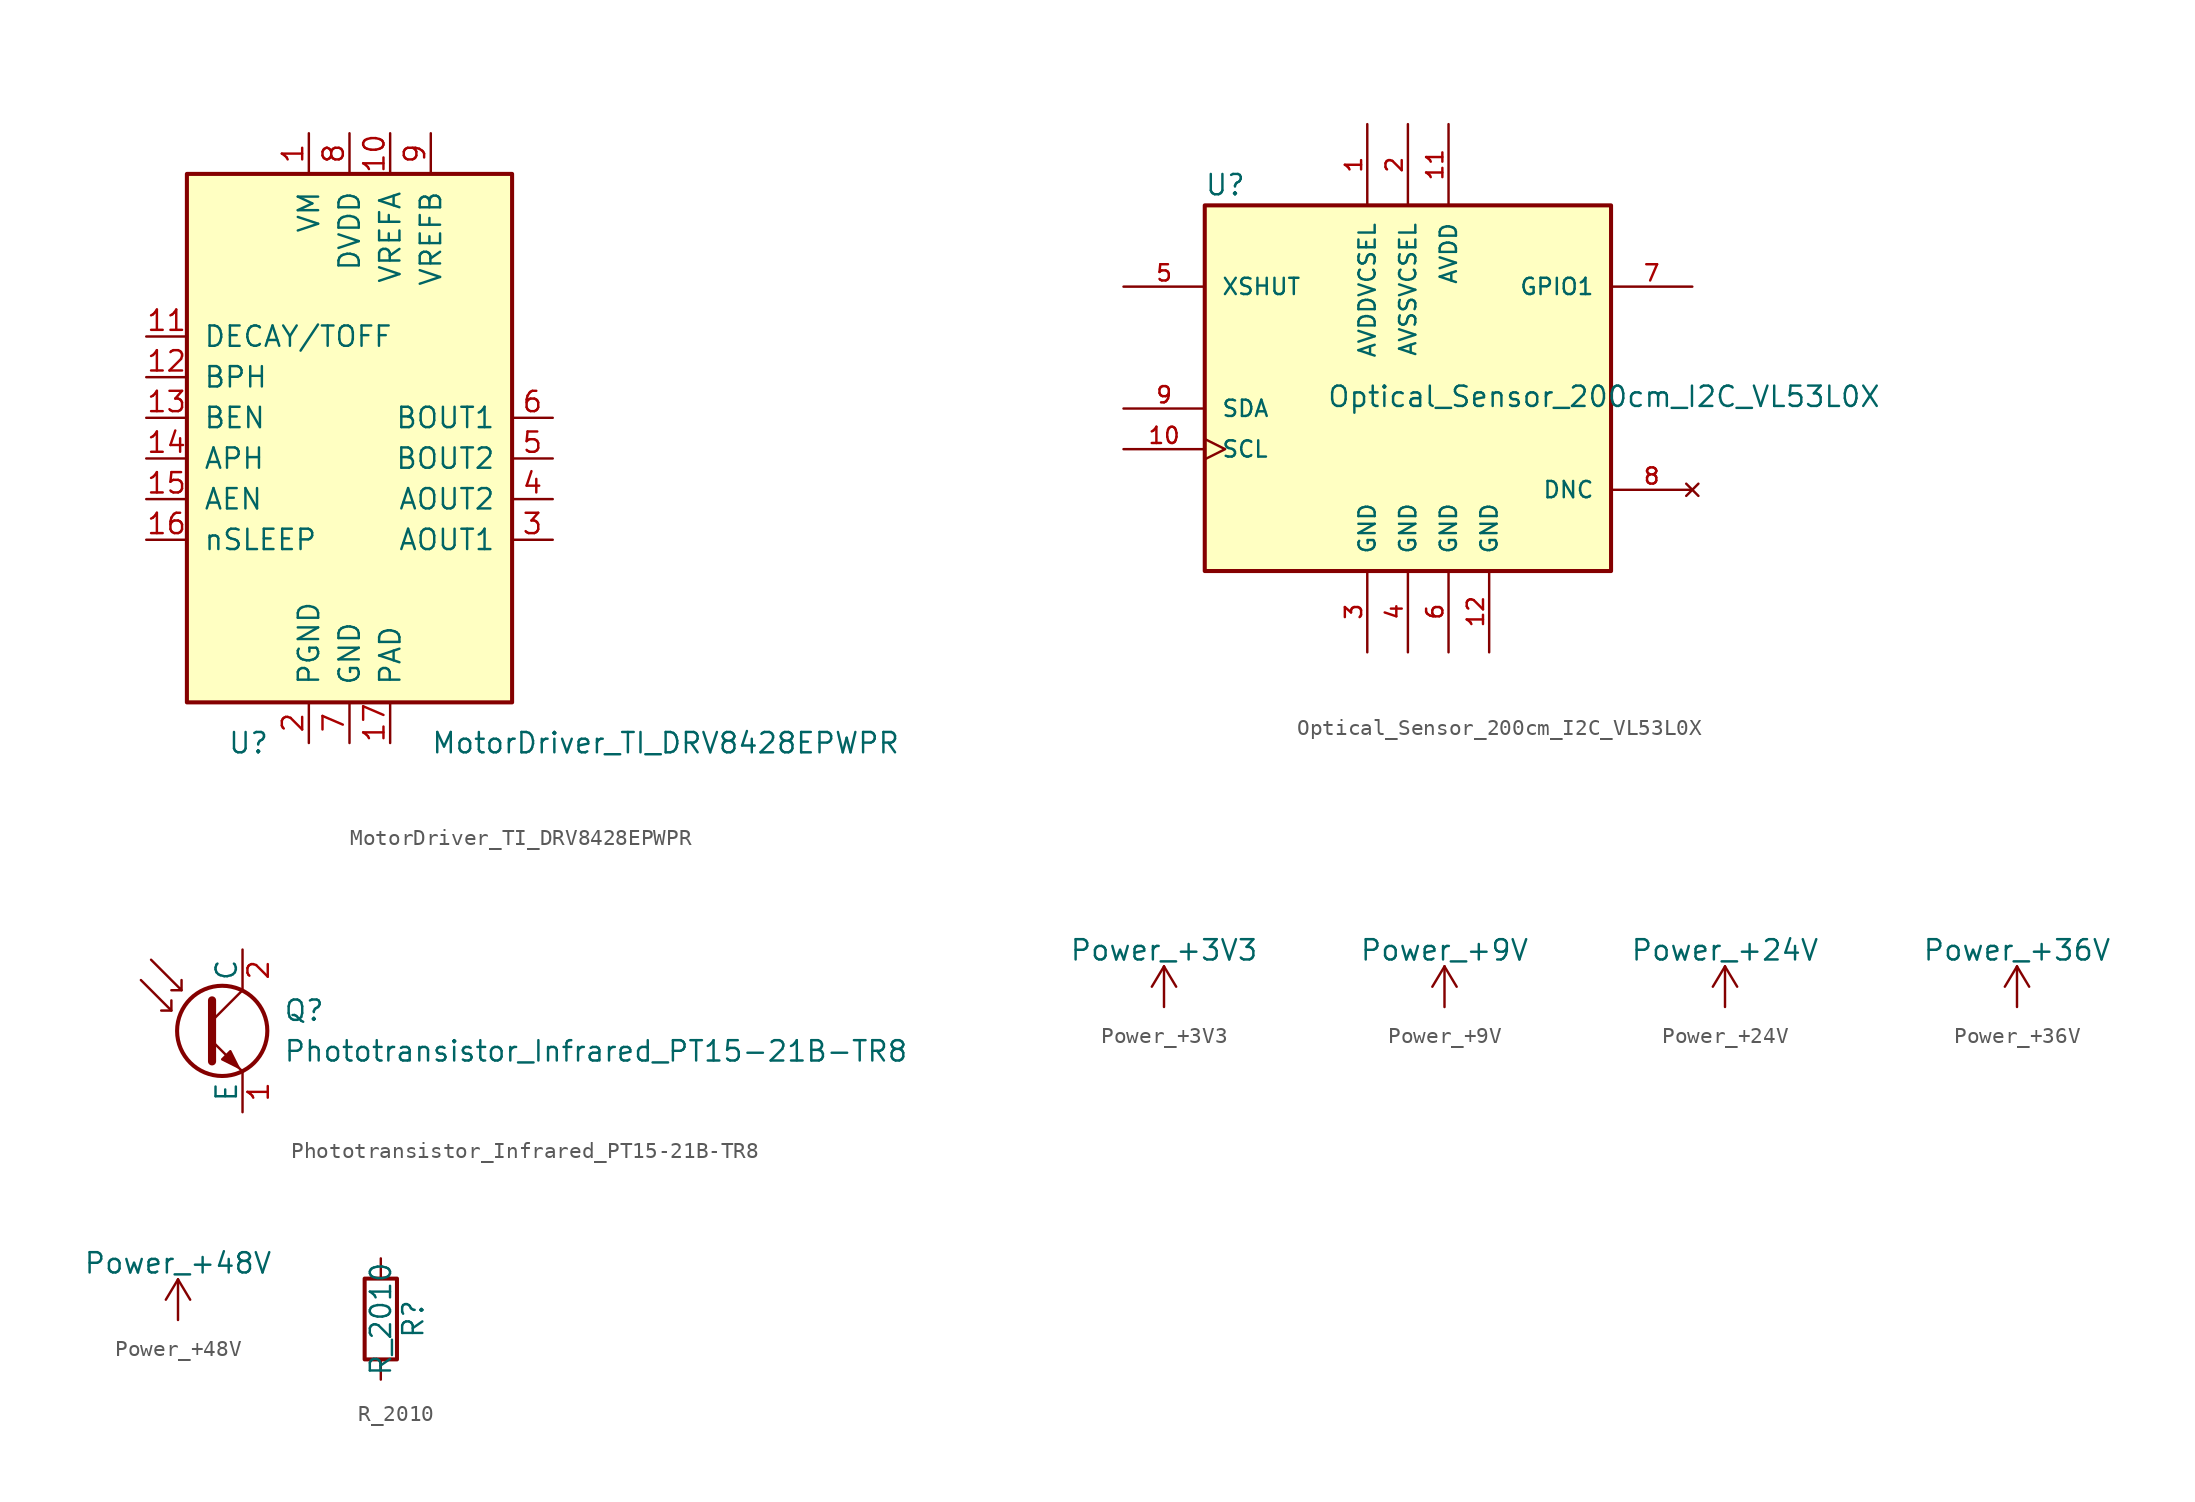
<source format=kicad_sym>
(kicad_symbol_lib
  (version 20220914)
  (generator kicad_symbol_editor)
  (symbol "MotorDriver_TI_DRV8428EPWPR"
    (pin_names
      (offset 1.016))
    (property "Reference" "U"
      (at -7.62 -17.78 0)
      (effects (font (size 1.27 1.27)) (justify left)))
    (property "Value" "MotorDriver_TI_DRV8428EPWPR"
      (at 5.08 -17.78 0)
      (effects (font (size 1.27 1.27)) (justify left)))
    (symbol "MotorDriver_TI_DRV8428EPWPR_0_1"
      (rectangle (start -10.16 17.78) (end 10.16 -15.24) (stroke (width 0.254) (type solid)) (fill (type background))))
    (symbol "MotorDriver_TI_DRV8428EPWPR_1_1"
      (pin power_in line (at -2.54 20.32 270) (length 2.54) (name "VM" (effects (font (size 1.27 1.27)))) (number "1" (effects (font (size 1.27 1.27)))))
      (pin power_in line (at 2.54 20.32 270) (length 2.54) (name "VREFA" (effects (font (size 1.27 1.27)))) (number "10" (effects (font (size 1.27 1.27)))))
      (pin input line (at -12.7 7.62 0) (length 2.54) (name "DECAY/TOFF" (effects (font (size 1.27 1.27)))) (number "11" (effects (font (size 1.27 1.27)))))
      (pin input line (at -12.7 5.08 0) (length 2.54) (name "BPH" (effects (font (size 1.27 1.27)))) (number "12" (effects (font (size 1.27 1.27)))))
      (pin input line (at -12.7 2.54 0) (length 2.54) (name "BEN" (effects (font (size 1.27 1.27)))) (number "13" (effects (font (size 1.27 1.27)))))
      (pin input line (at -12.7 0 0) (length 2.54) (name "APH" (effects (font (size 1.27 1.27)))) (number "14" (effects (font (size 1.27 1.27)))))
      (pin input line (at -12.7 -2.54 0) (length 2.54) (name "AEN" (effects (font (size 1.27 1.27)))) (number "15" (effects (font (size 1.27 1.27)))))
      (pin input line (at -12.7 -5.08 0) (length 2.54) (name "nSLEEP" (effects (font (size 1.27 1.27)))) (number "16" (effects (font (size 1.27 1.27)))))
      (pin power_in line (at 2.54 -17.78 90) (length 2.54) (name "PAD" (effects (font (size 1.27 1.27)))) (number "17" (effects (font (size 1.27 1.27)))))
      (pin power_in line (at -2.54 -17.78 90) (length 2.54) (name "PGND" (effects (font (size 1.27 1.27)))) (number "2" (effects (font (size 1.27 1.27)))))
      (pin output line (at 12.7 -5.08 180) (length 2.54) (name "AOUT1" (effects (font (size 1.27 1.27)))) (number "3" (effects (font (size 1.27 1.27)))))
      (pin output line (at 12.7 -2.54 180) (length 2.54) (name "AOUT2" (effects (font (size 1.27 1.27)))) (number "4" (effects (font (size 1.27 1.27)))))
      (pin output line (at 12.7 0 180) (length 2.54) (name "BOUT2" (effects (font (size 1.27 1.27)))) (number "5" (effects (font (size 1.27 1.27)))))
      (pin output line (at 12.7 2.54 180) (length 2.54) (name "BOUT1" (effects (font (size 1.27 1.27)))) (number "6" (effects (font (size 1.27 1.27)))))
      (pin power_in line (at 0 -17.78 90) (length 2.54) (name "GND" (effects (font (size 1.27 1.27)))) (number "7" (effects (font (size 1.27 1.27)))))
      (pin power_in line (at 0 20.32 270) (length 2.54) (name "DVDD" (effects (font (size 1.27 1.27)))) (number "8" (effects (font (size 1.27 1.27)))))
      (pin power_in line (at 5.08 20.32 270) (length 2.54) (name "VREFB" (effects (font (size 1.27 1.27)))) (number "9" (effects (font (size 1.27 1.27)))))))
  (symbol "Optical_Sensor_200cm_I2C_VL53L0X"
    (pin_names
      (offset 1.016))
    (property "Reference" "U"
      (at -12.725 13.233 0)
      (effects (font (size 1.27 1.27)) (justify left bottom)))
    (property "Value" "Optical_Sensor_200cm_I2C_VL53L0X"
      (at -5.08 0 0)
      (effects (font (size 1.27 1.27)) (justify left bottom)))
    (symbol "Optical_Sensor_200cm_I2C_VL53L0X_0_0"
      (rectangle (start -12.7 12.7) (end 12.7 -10.16) (stroke (width 0.254) (type solid)) (fill (type background)))
      (pin power_in line (at -2.54 17.78 270) (length 5.08) (name "AVDDVCSEL" (effects (font (size 1.016 1.016)))) (number "1" (effects (font (size 1.016 1.016)))))
      (pin input clock (at -17.78 -2.54 0) (length 5.08) (name "SCL" (effects (font (size 1.016 1.016)))) (number "10" (effects (font (size 1.016 1.016)))))
      (pin power_in line (at 2.54 17.78 270) (length 5.08) (name "AVDD" (effects (font (size 1.016 1.016)))) (number "11" (effects (font (size 1.016 1.016)))))
      (pin power_in line (at 5.08 -15.24 90) (length 5.08) (name "GND" (effects (font (size 1.016 1.016)))) (number "12" (effects (font (size 1.016 1.016)))))
      (pin power_in line (at 0 17.78 270) (length 5.08) (name "AVSSVCSEL" (effects (font (size 1.016 1.016)))) (number "2" (effects (font (size 1.016 1.016)))))
      (pin power_in line (at -2.54 -15.24 90) (length 5.08) (name "GND" (effects (font (size 1.016 1.016)))) (number "3" (effects (font (size 1.016 1.016)))))
      (pin power_in line (at 0 -15.24 90) (length 5.08) (name "GND" (effects (font (size 1.016 1.016)))) (number "4" (effects (font (size 1.016 1.016)))))
      (pin input line (at -17.78 7.62 0) (length 5.08) (name "XSHUT" (effects (font (size 1.016 1.016)))) (number "5" (effects (font (size 1.016 1.016)))))
      (pin power_in line (at 2.54 -15.24 90) (length 5.08) (name "GND" (effects (font (size 1.016 1.016)))) (number "6" (effects (font (size 1.016 1.016)))))
      (pin output line (at 17.78 7.62 180) (length 5.08) (name "GPIO1" (effects (font (size 1.016 1.016)))) (number "7" (effects (font (size 1.016 1.016)))))
      (pin no_connect line (at 17.78 -5.08 180) (length 5.08) (name "DNC" (effects (font (size 1.016 1.016)))) (number "8" (effects (font (size 1.016 1.016)))))
      (pin bidirectional line (at -17.78 0 0) (length 5.08) (name "SDA" (effects (font (size 1.016 1.016)))) (number "9" (effects (font (size 1.016 1.016)))))))
  (symbol "Phototransistor_Infrared_PT15-21B-TR8"
    (pin_names
      (offset 0))
    (property "Reference" "Q"
      (at 5.08 1.27 0)
      (effects (font (size 1.27 1.27)) (justify left)))
    (property "Value" "Phototransistor_Infrared_PT15-21B-TR8"
      (at 5.08 -1.27 0)
      (effects (font (size 1.27 1.27)) (justify left)))
    (symbol "Phototransistor_Infrared_PT15-21B-TR8_0_1"
      (polyline (pts (xy -1.905 1.27) (xy -2.54 1.27)) (stroke (width 0) (type solid)) (fill (type none)))
      (polyline (pts (xy -1.27 2.54) (xy -1.905 2.54)) (stroke (width 0) (type solid)) (fill (type none)))
      (polyline (pts (xy 0.635 0.635) (xy 2.54 2.54)) (stroke (width 0) (type solid)) (fill (type none)))
      (polyline (pts (xy -3.81 3.175) (xy -1.905 1.27) (xy -1.905 1.905)) (stroke (width 0) (type solid)) (fill (type none)))
      (polyline (pts (xy -3.175 4.445) (xy -1.27 2.54) (xy -1.27 3.175)) (stroke (width 0) (type solid)) (fill (type none)))
      (polyline (pts (xy 0.635 -0.635) (xy 2.54 -2.54) (xy 2.54 -2.54)) (stroke (width 0) (type solid)) (fill (type none)))
      (polyline (pts (xy 0.635 1.905) (xy 0.635 -1.905) (xy 0.635 -1.905)) (stroke (width 0.508) (type solid)) (fill (type none)))
      (polyline (pts (xy 1.27 -1.778) (xy 1.778 -1.27) (xy 2.286 -2.286) (xy 1.27 -1.778) (xy 1.27 -1.778)) (stroke (width 0) (type solid)) (fill (type outline)))
      (circle (center 1.27 0) (radius 2.819) (stroke (width 0.254) (type solid)) (fill (type none))))
    (symbol "Phototransistor_Infrared_PT15-21B-TR8_1_1"
      (pin passive line (at 2.54 -5.08 90) (length 2.54) (name "E" (effects (font (size 1.27 1.27)))) (number "1" (effects (font (size 1.27 1.27)))))
      (pin passive line (at 2.54 5.08 270) (length 2.54) (name "C" (effects (font (size 1.27 1.27)))) (number "2" (effects (font (size 1.27 1.27)))))))
  (symbol "Power_+3V3"
    (power)
    (pin_names
      (offset 0))
    (property "Reference" "#PWR"
      (at 0 -3.81 0)
      (effects (font (size 1.27 1.27)) hide))
    (property "Value" "Power_+3V3"
      (at 0 3.556 0)
      (effects (font (size 1.27 1.27))))
    (symbol "Power_+3V3_0_1"
      (polyline (pts (xy -0.762 1.27) (xy 0 2.54)) (stroke (width 0) (type solid)) (fill (type none)))
      (polyline (pts (xy 0 0) (xy 0 2.54)) (stroke (width 0) (type solid)) (fill (type none)))
      (polyline (pts (xy 0 2.54) (xy 0.762 1.27)) (stroke (width 0) (type solid)) (fill (type none))))
    (symbol "Power_+3V3_1_1"
      (pin power_in line (at 0 0 90) (length 0) hide (name "+3V3" (effects (font (size 1.27 1.27)))) (number "1" (effects (font (size 1.27 1.27)))))))
  (symbol "Power_+9V"
    (power)
    (pin_names
      (offset 0))
    (property "Reference" "#PWR"
      (at 0 -3.81 0)
      (effects (font (size 1.27 1.27)) hide))
    (property "Value" "Power_+9V"
      (at 0 3.556 0)
      (effects (font (size 1.27 1.27))))
    (symbol "Power_+9V_0_1"
      (polyline (pts (xy -0.762 1.27) (xy 0 2.54)) (stroke (width 0) (type solid)) (fill (type none)))
      (polyline (pts (xy 0 0) (xy 0 2.54)) (stroke (width 0) (type solid)) (fill (type none)))
      (polyline (pts (xy 0 2.54) (xy 0.762 1.27)) (stroke (width 0) (type solid)) (fill (type none))))
    (symbol "Power_+9V_1_1"
      (pin power_in line (at 0 0 90) (length 0) hide (name "+9V" (effects (font (size 1.27 1.27)))) (number "1" (effects (font (size 1.27 1.27)))))))
  (symbol "Power_+24V"
    (power)
    (pin_names
      (offset 0))
    (property "Reference" "#PWR"
      (at 0 -3.81 0)
      (effects (font (size 1.27 1.27)) hide))
    (property "Value" "Power_+24V"
      (at 0 3.556 0)
      (effects (font (size 1.27 1.27))))
    (symbol "Power_+24V_0_1"
      (polyline (pts (xy -0.762 1.27) (xy 0 2.54)) (stroke (width 0) (type solid)) (fill (type none)))
      (polyline (pts (xy 0 0) (xy 0 2.54)) (stroke (width 0) (type solid)) (fill (type none)))
      (polyline (pts (xy 0 2.54) (xy 0.762 1.27)) (stroke (width 0) (type solid)) (fill (type none))))
    (symbol "Power_+24V_1_1"
      (pin power_in line (at 0 0 90) (length 0) hide (name "+24V" (effects (font (size 1.27 1.27)))) (number "1" (effects (font (size 1.27 1.27)))))))
  (symbol "Power_+36V"
    (power)
    (pin_names
      (offset 0))
    (property "Reference" "#PWR"
      (at 0 -3.81 0)
      (effects (font (size 1.27 1.27)) hide))
    (property "Value" "Power_+36V"
      (at 0 3.556 0)
      (effects (font (size 1.27 1.27))))
    (symbol "Power_+36V_0_1"
      (polyline (pts (xy -0.762 1.27) (xy 0 2.54)) (stroke (width 0) (type solid)) (fill (type none)))
      (polyline (pts (xy 0 0) (xy 0 2.54)) (stroke (width 0) (type solid)) (fill (type none)))
      (polyline (pts (xy 0 2.54) (xy 0.762 1.27)) (stroke (width 0) (type solid)) (fill (type none))))
    (symbol "Power_+36V_1_1"
      (pin power_in line (at 0 0 90) (length 0) hide (name "+36V" (effects (font (size 1.27 1.27)))) (number "1" (effects (font (size 1.27 1.27)))))))
  (symbol "Power_+48V"
    (power)
    (pin_names
      (offset 0))
    (property "Reference" "#PWR"
      (at 0 -3.81 0)
      (effects (font (size 1.27 1.27)) hide))
    (property "Value" "Power_+48V"
      (at 0 3.556 0)
      (effects (font (size 1.27 1.27))))
    (symbol "Power_+48V_0_1"
      (polyline (pts (xy -0.762 1.27) (xy 0 2.54)) (stroke (width 0) (type solid)) (fill (type none)))
      (polyline (pts (xy 0 0) (xy 0 2.54)) (stroke (width 0) (type solid)) (fill (type none)))
      (polyline (pts (xy 0 2.54) (xy 0.762 1.27)) (stroke (width 0) (type solid)) (fill (type none))))
    (symbol "Power_+48V_1_1"
      (pin power_in line (at 0 0 90) (length 0) hide (name "+48V" (effects (font (size 1.27 1.27)))) (number "1" (effects (font (size 1.27 1.27)))))))
  (symbol "R_2010"
    (pin_numbers hide)
    (pin_names
      (offset 0))
    (property "Reference" "R"
      (at 2.032 0 90)
      (effects (font (size 1.27 1.27))))
    (property "Value" "R_2010"
      (at 0 0 90)
      (effects (font (size 1.27 1.27))))
    (symbol "R_2010_0_1"
      (rectangle (start -1.016 -2.54) (end 1.016 2.54) (stroke (width 0.254) (type solid)) (fill (type none))))
    (symbol "R_2010_1_1"
      (pin passive line (at 0 3.81 270) (length 1.27) (name "~" (effects (font (size 1.27 1.27)))) (number "1" (effects (font (size 1.27 1.27)))))
      (pin passive line (at 0 -3.81 90) (length 1.27) (name "~" (effects (font (size 1.27 1.27)))) (number "2" (effects (font (size 1.27 1.27))))))))
</source>
